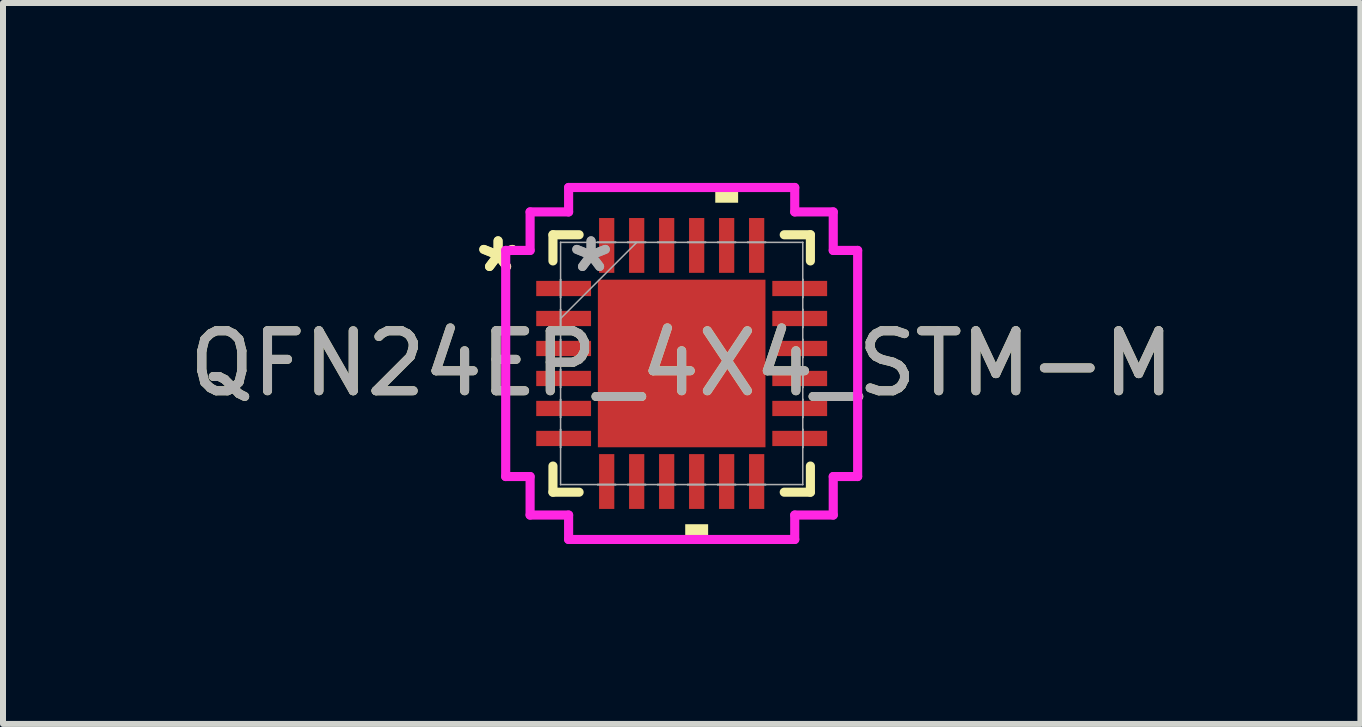
<source format=kicad_pcb>
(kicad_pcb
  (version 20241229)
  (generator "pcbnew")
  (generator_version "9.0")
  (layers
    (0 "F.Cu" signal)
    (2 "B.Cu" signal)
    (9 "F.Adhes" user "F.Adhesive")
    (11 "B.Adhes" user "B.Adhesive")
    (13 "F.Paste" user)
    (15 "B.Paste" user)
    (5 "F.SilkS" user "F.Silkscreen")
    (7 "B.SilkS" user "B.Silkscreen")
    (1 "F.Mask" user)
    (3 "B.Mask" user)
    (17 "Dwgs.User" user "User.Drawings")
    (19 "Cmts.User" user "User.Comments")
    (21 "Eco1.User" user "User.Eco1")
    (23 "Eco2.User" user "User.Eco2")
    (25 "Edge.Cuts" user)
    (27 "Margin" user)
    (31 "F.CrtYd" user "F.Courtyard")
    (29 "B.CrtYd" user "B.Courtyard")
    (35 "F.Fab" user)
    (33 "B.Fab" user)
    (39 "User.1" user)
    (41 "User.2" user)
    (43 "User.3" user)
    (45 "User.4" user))
  (footprint "QFN24EP_4X4_STM-M"
    (layer "F.Cu")
    (at 8.315 3.01)
    (property "Reference" "QFN24EP_4X4_STM-M" (at 0 0 0) (unlocked yes) (layer "F.SilkS") (effects (font (size 1 1) (thickness 0.15))))
    (attr smd)
    (fp_line (start -2.146 -2.146) (end -2.146 -1.71) (stroke (width 0.152) (type solid)) (layer "F.SilkS"))
    (fp_line (start -2.146 1.71) (end -2.146 2.146) (stroke (width 0.152) (type solid)) (layer "F.SilkS"))
    (fp_line (start -2.146 2.146) (end -1.71 2.146) (stroke (width 0.152) (type solid)) (layer "F.SilkS"))
    (fp_line (start -1.71 -2.146) (end -2.146 -2.146) (stroke (width 0.152) (type solid)) (layer "F.SilkS"))
    (fp_line (start 1.71 2.146) (end 2.146 2.146) (stroke (width 0.152) (type solid)) (layer "F.SilkS"))
    (fp_line (start 2.146 -2.146) (end 1.71 -2.146) (stroke (width 0.152) (type solid)) (layer "F.SilkS"))
    (fp_line (start 2.146 -1.71) (end 2.146 -2.146) (stroke (width 0.152) (type solid)) (layer "F.SilkS"))
    (fp_line (start 2.146 2.146) (end 2.146 1.71) (stroke (width 0.152) (type solid)) (layer "F.SilkS"))
    (fp_poly (pts (xy 0.059 2.68) (xy 0.059 2.934) (xy 0.441 2.934) (xy 0.441 2.68)) (stroke (width 0) (type solid)) (fill yes) (layer "F.SilkS"))
    (fp_poly (pts (xy 0.56 -2.68) (xy 0.56 -2.934) (xy 0.941 -2.934) (xy 0.941 -2.68)) (stroke (width 0) (type solid)) (fill yes) (layer "F.SilkS"))
    (fp_poly (pts (xy -1.297 -1.297) (xy -1.297 -0.1) (xy -0.1 -0.1) (xy -0.1 -1.297)) (stroke (width 0) (type solid)) (fill yes) (layer "F.Paste"))
    (fp_poly (pts (xy -1.297 0.1) (xy -1.297 1.297) (xy -0.1 1.297) (xy -0.1 0.1)) (stroke (width 0) (type solid)) (fill yes) (layer "F.Paste"))
    (fp_poly (pts (xy 0.1 -1.297) (xy 0.1 -0.1) (xy 1.297 -0.1) (xy 1.297 -1.297)) (stroke (width 0) (type solid)) (fill yes) (layer "F.Paste"))
    (fp_poly (pts (xy 0.1 0.1) (xy 0.1 1.297) (xy 1.297 1.297) (xy 1.297 0.1)) (stroke (width 0) (type solid)) (fill yes) (layer "F.Paste"))
    (fp_line (start -2.934 -1.885) (end -2.527 -1.885) (stroke (width 0.152) (type solid)) (layer "F.CrtYd"))
    (fp_line (start -2.934 1.885) (end -2.934 -1.885) (stroke (width 0.152) (type solid)) (layer "F.CrtYd"))
    (fp_line (start -2.527 -2.527) (end -1.885 -2.527) (stroke (width 0.152) (type solid)) (layer "F.CrtYd"))
    (fp_line (start -2.527 -1.885) (end -2.527 -2.527) (stroke (width 0.152) (type solid)) (layer "F.CrtYd"))
    (fp_line (start -2.527 1.885) (end -2.934 1.885) (stroke (width 0.152) (type solid)) (layer "F.CrtYd"))
    (fp_line (start -2.527 2.527) (end -2.527 1.885) (stroke (width 0.152) (type solid)) (layer "F.CrtYd"))
    (fp_line (start -1.885 -2.934) (end 1.885 -2.934) (stroke (width 0.152) (type solid)) (layer "F.CrtYd"))
    (fp_line (start -1.885 -2.527) (end -1.885 -2.934) (stroke (width 0.152) (type solid)) (layer "F.CrtYd"))
    (fp_line (start -1.885 2.527) (end -2.527 2.527) (stroke (width 0.152) (type solid)) (layer "F.CrtYd"))
    (fp_line (start -1.885 2.934) (end -1.885 2.527) (stroke (width 0.152) (type solid)) (layer "F.CrtYd"))
    (fp_line (start 1.885 -2.934) (end 1.885 -2.527) (stroke (width 0.152) (type solid)) (layer "F.CrtYd"))
    (fp_line (start 1.885 -2.527) (end 2.527 -2.527) (stroke (width 0.152) (type solid)) (layer "F.CrtYd"))
    (fp_line (start 1.885 2.527) (end 1.885 2.934) (stroke (width 0.152) (type solid)) (layer "F.CrtYd"))
    (fp_line (start 1.885 2.934) (end -1.885 2.934) (stroke (width 0.152) (type solid)) (layer "F.CrtYd"))
    (fp_line (start 2.527 -2.527) (end 2.527 -1.885) (stroke (width 0.152) (type solid)) (layer "F.CrtYd"))
    (fp_line (start 2.527 -1.885) (end 2.934 -1.885) (stroke (width 0.152) (type solid)) (layer "F.CrtYd"))
    (fp_line (start 2.527 1.885) (end 2.527 2.527) (stroke (width 0.152) (type solid)) (layer "F.CrtYd"))
    (fp_line (start 2.527 2.527) (end 1.885 2.527) (stroke (width 0.152) (type solid)) (layer "F.CrtYd"))
    (fp_line (start 2.934 -1.885) (end 2.934 1.885) (stroke (width 0.152) (type solid)) (layer "F.CrtYd"))
    (fp_line (start 2.934 1.885) (end 2.527 1.885) (stroke (width 0.152) (type solid)) (layer "F.CrtYd"))
    (fp_line (start -2.019 -2.019) (end -2.019 -2.019) (stroke (width 0.025) (type solid)) (layer "F.Fab"))
    (fp_line (start -2.019 -2.019) (end -2.019 2.019) (stroke (width 0.025) (type solid)) (layer "F.Fab"))
    (fp_line (start -2.019 -1.402) (end -2.019 -1.402) (stroke (width 0.025) (type solid)) (layer "F.Fab"))
    (fp_line (start -2.019 -1.402) (end -2.019 -1.098) (stroke (width 0.025) (type solid)) (layer "F.Fab"))
    (fp_line (start -2.019 -1.098) (end -2.019 -1.402) (stroke (width 0.025) (type solid)) (layer "F.Fab"))
    (fp_line (start -2.019 -1.098) (end -2.019 -1.098) (stroke (width 0.025) (type solid)) (layer "F.Fab"))
    (fp_line (start -2.019 -0.902) (end -2.019 -0.902) (stroke (width 0.025) (type solid)) (layer "F.Fab"))
    (fp_line (start -2.019 -0.902) (end -2.019 -0.598) (stroke (width 0.025) (type solid)) (layer "F.Fab"))
    (fp_line (start -2.019 -0.749) (end -0.749 -2.019) (stroke (width 0.025) (type solid)) (layer "F.Fab"))
    (fp_line (start -2.019 -0.598) (end -2.019 -0.902) (stroke (width 0.025) (type solid)) (layer "F.Fab"))
    (fp_line (start -2.019 -0.598) (end -2.019 -0.598) (stroke (width 0.025) (type solid)) (layer "F.Fab"))
    (fp_line (start -2.019 -0.402) (end -2.019 -0.402) (stroke (width 0.025) (type solid)) (layer "F.Fab"))
    (fp_line (start -2.019 -0.402) (end -2.019 -0.098) (stroke (width 0.025) (type solid)) (layer "F.Fab"))
    (fp_line (start -2.019 -0.098) (end -2.019 -0.402) (stroke (width 0.025) (type solid)) (layer "F.Fab"))
    (fp_line (start -2.019 -0.098) (end -2.019 -0.098) (stroke (width 0.025) (type solid)) (layer "F.Fab"))
    (fp_line (start -2.019 0.098) (end -2.019 0.098) (stroke (width 0.025) (type solid)) (layer "F.Fab"))
    (fp_line (start -2.019 0.098) (end -2.019 0.402) (stroke (width 0.025) (type solid)) (layer "F.Fab"))
    (fp_line (start -2.019 0.402) (end -2.019 0.098) (stroke (width 0.025) (type solid)) (layer "F.Fab"))
    (fp_line (start -2.019 0.402) (end -2.019 0.402) (stroke (width 0.025) (type solid)) (layer "F.Fab"))
    (fp_line (start -2.019 0.598) (end -2.019 0.598) (stroke (width 0.025) (type solid)) (layer "F.Fab"))
    (fp_line (start -2.019 0.598) (end -2.019 0.902) (stroke (width 0.025) (type solid)) (layer "F.Fab"))
    (fp_line (start -2.019 0.902) (end -2.019 0.598) (stroke (width 0.025) (type solid)) (layer "F.Fab"))
    (fp_line (start -2.019 0.902) (end -2.019 0.902) (stroke (width 0.025) (type solid)) (layer "F.Fab"))
    (fp_line (start -2.019 1.098) (end -2.019 1.098) (stroke (width 0.025) (type solid)) (layer "F.Fab"))
    (fp_line (start -2.019 1.098) (end -2.019 1.402) (stroke (width 0.025) (type solid)) (layer "F.Fab"))
    (fp_line (start -2.019 1.402) (end -2.019 1.098) (stroke (width 0.025) (type solid)) (layer "F.Fab"))
    (fp_line (start -2.019 1.402) (end -2.019 1.402) (stroke (width 0.025) (type solid)) (layer "F.Fab"))
    (fp_line (start -2.019 2.019) (end -2.019 2.019) (stroke (width 0.025) (type solid)) (layer "F.Fab"))
    (fp_line (start -2.019 2.019) (end 2.019 2.019) (stroke (width 0.025) (type solid)) (layer "F.Fab"))
    (fp_line (start -1.402 -2.019) (end -1.402 -2.019) (stroke (width 0.025) (type solid)) (layer "F.Fab"))
    (fp_line (start -1.402 -2.019) (end -1.098 -2.019) (stroke (width 0.025) (type solid)) (layer "F.Fab"))
    (fp_line (start -1.402 2.019) (end -1.402 2.019) (stroke (width 0.025) (type solid)) (layer "F.Fab"))
    (fp_line (start -1.402 2.019) (end -1.098 2.019) (stroke (width 0.025) (type solid)) (layer "F.Fab"))
    (fp_line (start -1.098 -2.019) (end -1.402 -2.019) (stroke (width 0.025) (type solid)) (layer "F.Fab"))
    (fp_line (start -1.098 -2.019) (end -1.098 -2.019) (stroke (width 0.025) (type solid)) (layer "F.Fab"))
    (fp_line (start -1.098 2.019) (end -1.402 2.019) (stroke (width 0.025) (type solid)) (layer "F.Fab"))
    (fp_line (start -1.098 2.019) (end -1.098 2.019) (stroke (width 0.025) (type solid)) (layer "F.Fab"))
    (fp_line (start -0.902 -2.019) (end -0.902 -2.019) (stroke (width 0.025) (type solid)) (layer "F.Fab"))
    (fp_line (start -0.902 -2.019) (end -0.598 -2.019) (stroke (width 0.025) (type solid)) (layer "F.Fab"))
    (fp_line (start -0.902 2.019) (end -0.902 2.019) (stroke (width 0.025) (type solid)) (layer "F.Fab"))
    (fp_line (start -0.902 2.019) (end -0.598 2.019) (stroke (width 0.025) (type solid)) (layer "F.Fab"))
    (fp_line (start -0.598 -2.019) (end -0.902 -2.019) (stroke (width 0.025) (type solid)) (layer "F.Fab"))
    (fp_line (start -0.598 -2.019) (end -0.598 -2.019) (stroke (width 0.025) (type solid)) (layer "F.Fab"))
    (fp_line (start -0.598 2.019) (end -0.902 2.019) (stroke (width 0.025) (type solid)) (layer "F.Fab"))
    (fp_line (start -0.598 2.019) (end -0.598 2.019) (stroke (width 0.025) (type solid)) (layer "F.Fab"))
    (fp_line (start -0.402 -2.019) (end -0.402 -2.019) (stroke (width 0.025) (type solid)) (layer "F.Fab"))
    (fp_line (start -0.402 -2.019) (end -0.098 -2.019) (stroke (width 0.025) (type solid)) (layer "F.Fab"))
    (fp_line (start -0.402 2.019) (end -0.402 2.019) (stroke (width 0.025) (type solid)) (layer "F.Fab"))
    (fp_line (start -0.402 2.019) (end -0.098 2.019) (stroke (width 0.025) (type solid)) (layer "F.Fab"))
    (fp_line (start -0.098 -2.019) (end -0.402 -2.019) (stroke (width 0.025) (type solid)) (layer "F.Fab"))
    (fp_line (start -0.098 -2.019) (end -0.098 -2.019) (stroke (width 0.025) (type solid)) (layer "F.Fab"))
    (fp_line (start -0.098 2.019) (end -0.402 2.019) (stroke (width 0.025) (type solid)) (layer "F.Fab"))
    (fp_line (start -0.098 2.019) (end -0.098 2.019) (stroke (width 0.025) (type solid)) (layer "F.Fab"))
    (fp_line (start 0.098 -2.019) (end 0.098 -2.019) (stroke (width 0.025) (type solid)) (layer "F.Fab"))
    (fp_line (start 0.098 -2.019) (end 0.402 -2.019) (stroke (width 0.025) (type solid)) (layer "F.Fab"))
    (fp_line (start 0.098 2.019) (end 0.098 2.019) (stroke (width 0.025) (type solid)) (layer "F.Fab"))
    (fp_line (start 0.098 2.019) (end 0.402 2.019) (stroke (width 0.025) (type solid)) (layer "F.Fab"))
    (fp_line (start 0.402 -2.019) (end 0.098 -2.019) (stroke (width 0.025) (type solid)) (layer "F.Fab"))
    (fp_line (start 0.402 -2.019) (end 0.402 -2.019) (stroke (width 0.025) (type solid)) (layer "F.Fab"))
    (fp_line (start 0.402 2.019) (end 0.098 2.019) (stroke (width 0.025) (type solid)) (layer "F.Fab"))
    (fp_line (start 0.402 2.019) (end 0.402 2.019) (stroke (width 0.025) (type solid)) (layer "F.Fab"))
    (fp_line (start 0.598 -2.019) (end 0.598 -2.019) (stroke (width 0.025) (type solid)) (layer "F.Fab"))
    (fp_line (start 0.598 -2.019) (end 0.902 -2.019) (stroke (width 0.025) (type solid)) (layer "F.Fab"))
    (fp_line (start 0.598 2.019) (end 0.598 2.019) (stroke (width 0.025) (type solid)) (layer "F.Fab"))
    (fp_line (start 0.598 2.019) (end 0.902 2.019) (stroke (width 0.025) (type solid)) (layer "F.Fab"))
    (fp_line (start 0.902 -2.019) (end 0.598 -2.019) (stroke (width 0.025) (type solid)) (layer "F.Fab"))
    (fp_line (start 0.902 -2.019) (end 0.902 -2.019) (stroke (width 0.025) (type solid)) (layer "F.Fab"))
    (fp_line (start 0.902 2.019) (end 0.598 2.019) (stroke (width 0.025) (type solid)) (layer "F.Fab"))
    (fp_line (start 0.902 2.019) (end 0.902 2.019) (stroke (width 0.025) (type solid)) (layer "F.Fab"))
    (fp_line (start 1.098 -2.019) (end 1.098 -2.019) (stroke (width 0.025) (type solid)) (layer "F.Fab"))
    (fp_line (start 1.098 -2.019) (end 1.402 -2.019) (stroke (width 0.025) (type solid)) (layer "F.Fab"))
    (fp_line (start 1.098 2.019) (end 1.098 2.019) (stroke (width 0.025) (type solid)) (layer "F.Fab"))
    (fp_line (start 1.098 2.019) (end 1.402 2.019) (stroke (width 0.025) (type solid)) (layer "F.Fab"))
    (fp_line (start 1.402 -2.019) (end 1.098 -2.019) (stroke (width 0.025) (type solid)) (layer "F.Fab"))
    (fp_line (start 1.402 -2.019) (end 1.402 -2.019) (stroke (width 0.025) (type solid)) (layer "F.Fab"))
    (fp_line (start 1.402 2.019) (end 1.098 2.019) (stroke (width 0.025) (type solid)) (layer "F.Fab"))
    (fp_line (start 1.402 2.019) (end 1.402 2.019) (stroke (width 0.025) (type solid)) (layer "F.Fab"))
    (fp_line (start 2.019 -2.019) (end -2.019 -2.019) (stroke (width 0.025) (type solid)) (layer "F.Fab"))
    (fp_line (start 2.019 -2.019) (end 2.019 -2.019) (stroke (width 0.025) (type solid)) (layer "F.Fab"))
    (fp_line (start 2.019 -1.402) (end 2.019 -1.402) (stroke (width 0.025) (type solid)) (layer "F.Fab"))
    (fp_line (start 2.019 -1.402) (end 2.019 -1.098) (stroke (width 0.025) (type solid)) (layer "F.Fab"))
    (fp_line (start 2.019 -1.098) (end 2.019 -1.402) (stroke (width 0.025) (type solid)) (layer "F.Fab"))
    (fp_line (start 2.019 -1.098) (end 2.019 -1.098) (stroke (width 0.025) (type solid)) (layer "F.Fab"))
    (fp_line (start 2.019 -0.902) (end 2.019 -0.902) (stroke (width 0.025) (type solid)) (layer "F.Fab"))
    (fp_line (start 2.019 -0.902) (end 2.019 -0.598) (stroke (width 0.025) (type solid)) (layer "F.Fab"))
    (fp_line (start 2.019 -0.598) (end 2.019 -0.902) (stroke (width 0.025) (type solid)) (layer "F.Fab"))
    (fp_line (start 2.019 -0.598) (end 2.019 -0.598) (stroke (width 0.025) (type solid)) (layer "F.Fab"))
    (fp_line (start 2.019 -0.402) (end 2.019 -0.402) (stroke (width 0.025) (type solid)) (layer "F.Fab"))
    (fp_line (start 2.019 -0.402) (end 2.019 -0.098) (stroke (width 0.025) (type solid)) (layer "F.Fab"))
    (fp_line (start 2.019 -0.098) (end 2.019 -0.402) (stroke (width 0.025) (type solid)) (layer "F.Fab"))
    (fp_line (start 2.019 -0.098) (end 2.019 -0.098) (stroke (width 0.025) (type solid)) (layer "F.Fab"))
    (fp_line (start 2.019 0.098) (end 2.019 0.098) (stroke (width 0.025) (type solid)) (layer "F.Fab"))
    (fp_line (start 2.019 0.098) (end 2.019 0.402) (stroke (width 0.025) (type solid)) (layer "F.Fab"))
    (fp_line (start 2.019 0.402) (end 2.019 0.098) (stroke (width 0.025) (type solid)) (layer "F.Fab"))
    (fp_line (start 2.019 0.402) (end 2.019 0.402) (stroke (width 0.025) (type solid)) (layer "F.Fab"))
    (fp_line (start 2.019 0.598) (end 2.019 0.598) (stroke (width 0.025) (type solid)) (layer "F.Fab"))
    (fp_line (start 2.019 0.598) (end 2.019 0.902) (stroke (width 0.025) (type solid)) (layer "F.Fab"))
    (fp_line (start 2.019 0.902) (end 2.019 0.598) (stroke (width 0.025) (type solid)) (layer "F.Fab"))
    (fp_line (start 2.019 0.902) (end 2.019 0.902) (stroke (width 0.025) (type solid)) (layer "F.Fab"))
    (fp_line (start 2.019 1.098) (end 2.019 1.098) (stroke (width 0.025) (type solid)) (layer "F.Fab"))
    (fp_line (start 2.019 1.098) (end 2.019 1.402) (stroke (width 0.025) (type solid)) (layer "F.Fab"))
    (fp_line (start 2.019 1.402) (end 2.019 1.098) (stroke (width 0.025) (type solid)) (layer "F.Fab"))
    (fp_line (start 2.019 1.402) (end 2.019 1.402) (stroke (width 0.025) (type solid)) (layer "F.Fab"))
    (fp_line (start 2.019 2.019) (end 2.019 -2.019) (stroke (width 0.025) (type solid)) (layer "F.Fab"))
    (fp_line (start 2.019 2.019) (end 2.019 2.019) (stroke (width 0.025) (type solid)) (layer "F.Fab"))
    (fp_text user "*" (at -3.061 -1.5 0) (layer "F.SilkS") (effects (font (size 1 1) (thickness 0.15))))
    (fp_text user "*" (at -3.061 -1.5 0) (unlocked yes) (layer "F.SilkS") (effects (font (size 1 1) (thickness 0.15))))
    (fp_text user "${REFERENCE}" (at 0 0 0) (unlocked yes) (layer "F.Fab") (effects (font (size 1 1) (thickness 0.15))))
    (fp_text user "*" (at -1.511 -1.5 0) (unlocked yes) (layer "F.Fab") (effects (font (size 1 1) (thickness 0.15))))
    (fp_text user "*" (at -1.511 -1.5 0) (layer "F.Fab") (effects (font (size 1 1) (thickness 0.15))))
    (pad "1" smd rect (at -1.968 -1.25 90) (size 0.254 0.914) (layers "F.Cu" "F.Mask" "F.Paste"))
    (pad "2" smd rect (at -1.968 -0.75 90) (size 0.254 0.914) (layers "F.Cu" "F.Mask" "F.Paste"))
    (pad "3" smd rect (at -1.968 -0.25 90) (size 0.254 0.914) (layers "F.Cu" "F.Mask" "F.Paste"))
    (pad "4" smd rect (at -1.968 0.25 90) (size 0.254 0.914) (layers "F.Cu" "F.Mask" "F.Paste"))
    (pad "5" smd rect (at -1.968 0.75 90) (size 0.254 0.914) (layers "F.Cu" "F.Mask" "F.Paste"))
    (pad "6" smd rect (at -1.968 1.25 90) (size 0.254 0.914) (layers "F.Cu" "F.Mask" "F.Paste"))
    (pad "7" smd rect (at -1.25 1.968) (size 0.254 0.914) (layers "F.Cu" "F.Mask" "F.Paste"))
    (pad "8" smd rect (at -0.75 1.968) (size 0.254 0.914) (layers "F.Cu" "F.Mask" "F.Paste"))
    (pad "9" smd rect (at -0.25 1.968) (size 0.254 0.914) (layers "F.Cu" "F.Mask" "F.Paste"))
    (pad "10" smd rect (at 0.25 1.968) (size 0.254 0.914) (layers "F.Cu" "F.Mask" "F.Paste"))
    (pad "11" smd rect (at 0.75 1.968) (size 0.254 0.914) (layers "F.Cu" "F.Mask" "F.Paste"))
    (pad "12" smd rect (at 1.25 1.968) (size 0.254 0.914) (layers "F.Cu" "F.Mask" "F.Paste"))
    (pad "13" smd rect (at 1.968 1.25 90) (size 0.254 0.914) (layers "F.Cu" "F.Mask" "F.Paste"))
    (pad "14" smd rect (at 1.968 0.75 90) (size 0.254 0.914) (layers "F.Cu" "F.Mask" "F.Paste"))
    (pad "15" smd rect (at 1.968 0.25 90) (size 0.254 0.914) (layers "F.Cu" "F.Mask" "F.Paste"))
    (pad "16" smd rect (at 1.968 -0.25 90) (size 0.254 0.914) (layers "F.Cu" "F.Mask" "F.Paste"))
    (pad "17" smd rect (at 1.968 -0.75 90) (size 0.254 0.914) (layers "F.Cu" "F.Mask" "F.Paste"))
    (pad "18" smd rect (at 1.968 -1.25 90) (size 0.254 0.914) (layers "F.Cu" "F.Mask" "F.Paste"))
    (pad "19" smd rect (at 1.25 -1.968) (size 0.254 0.914) (layers "F.Cu" "F.Mask" "F.Paste"))
    (pad "20" smd rect (at 0.75 -1.968) (size 0.254 0.914) (layers "F.Cu" "F.Mask" "F.Paste"))
    (pad "21" smd rect (at 0.25 -1.968) (size 0.254 0.914) (layers "F.Cu" "F.Mask" "F.Paste"))
    (pad "22" smd rect (at -0.25 -1.968) (size 0.254 0.914) (layers "F.Cu" "F.Mask" "F.Paste"))
    (pad "23" smd rect (at -0.75 -1.968) (size 0.254 0.914) (layers "F.Cu" "F.Mask" "F.Paste"))
    (pad "24" smd rect (at -1.25 -1.968) (size 0.254 0.914) (layers "F.Cu" "F.Mask" "F.Paste"))
    (pad "25" smd rect (at 0 0) (size 2.794 2.794) (layers "F.Cu" "F.Mask" "F.Paste")))
  (gr_rect
    (start -3 -3)
    (end 19.631 9.02)
    (stroke (width 0.1) (type default))
    (fill no)
    (layer "Edge.Cuts")))
</source>
